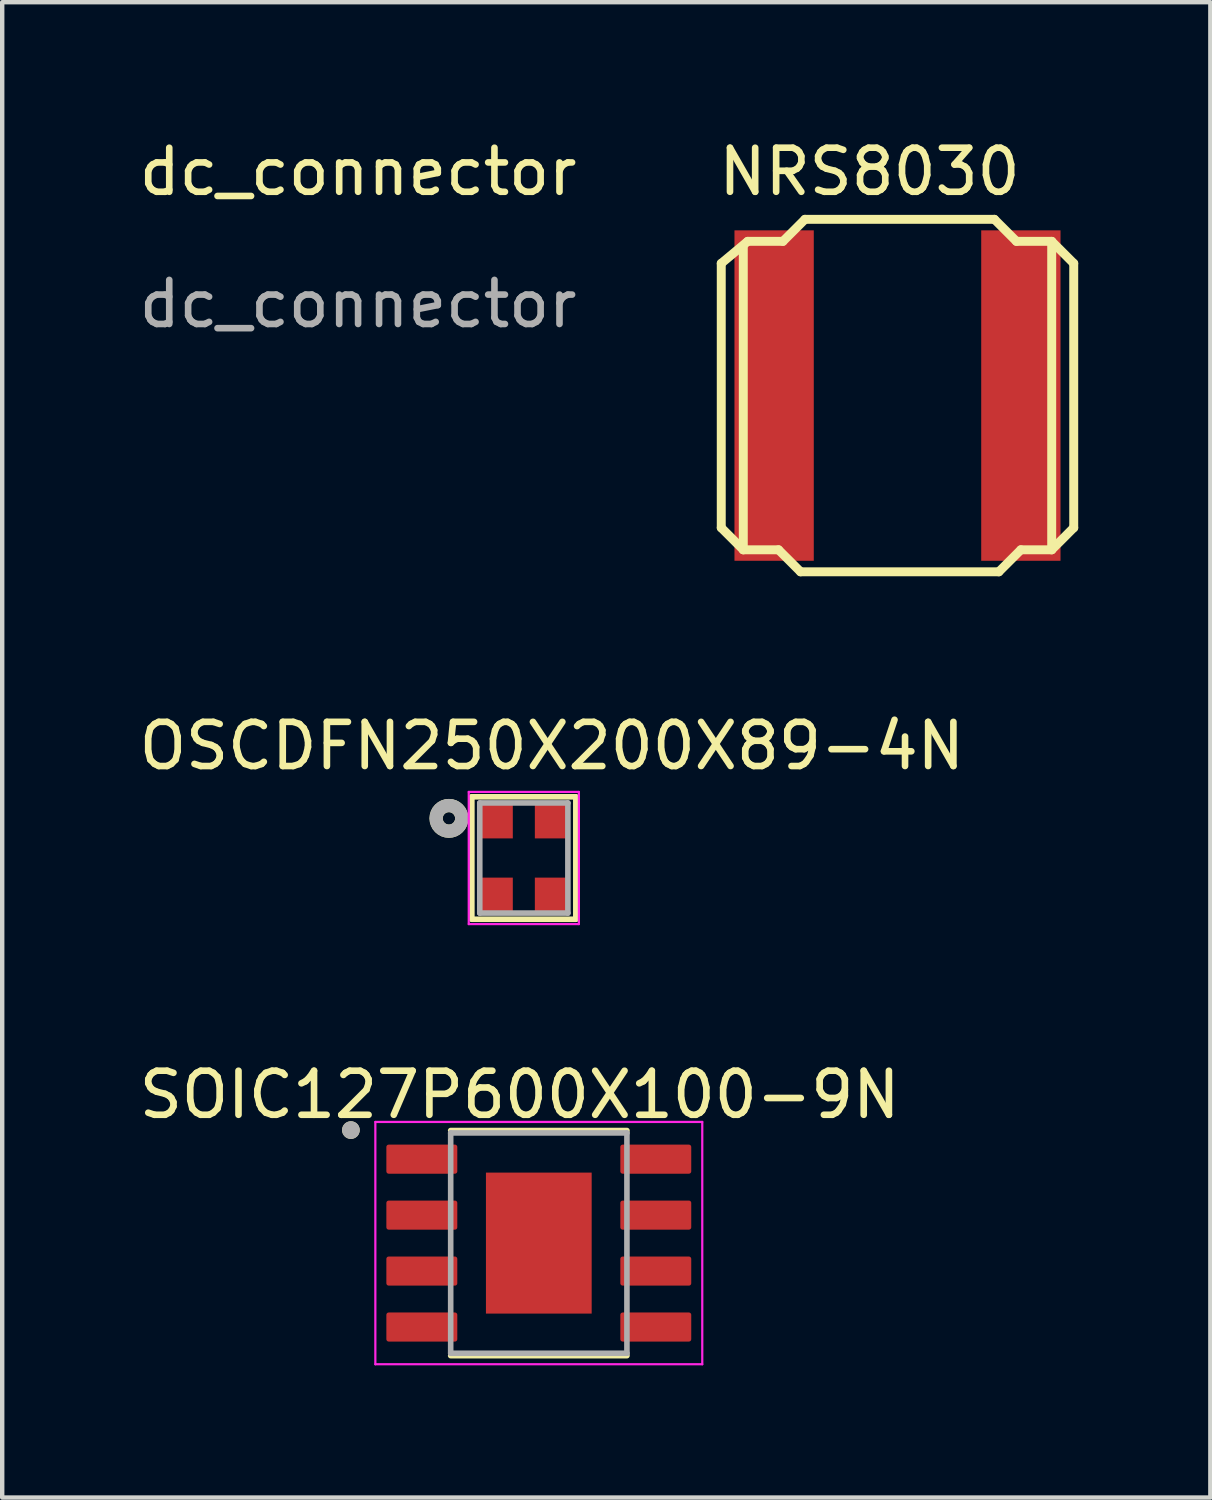
<source format=kicad_pcb>
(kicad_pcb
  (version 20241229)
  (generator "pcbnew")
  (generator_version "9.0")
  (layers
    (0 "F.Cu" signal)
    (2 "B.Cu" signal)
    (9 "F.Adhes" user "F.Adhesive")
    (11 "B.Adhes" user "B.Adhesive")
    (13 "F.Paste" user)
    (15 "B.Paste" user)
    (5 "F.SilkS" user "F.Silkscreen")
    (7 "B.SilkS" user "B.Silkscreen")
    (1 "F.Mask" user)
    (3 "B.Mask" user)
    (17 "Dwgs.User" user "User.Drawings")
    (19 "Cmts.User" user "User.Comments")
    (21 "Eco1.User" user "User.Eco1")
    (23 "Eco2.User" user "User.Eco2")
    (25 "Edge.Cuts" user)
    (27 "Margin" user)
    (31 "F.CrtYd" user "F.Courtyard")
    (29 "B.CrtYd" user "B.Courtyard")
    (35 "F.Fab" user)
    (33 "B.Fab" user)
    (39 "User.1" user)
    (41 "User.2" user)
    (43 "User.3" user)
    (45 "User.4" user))
  (footprint "OSCDFN250X200X89-4N"
    (layer "F.Cu")
    (at 8.839 16.424)
    (property "Reference" "OSCDFN250X200X89-4N" (at 0.636 -2.544 0) (layer "F.SilkS") (effects (font (size 1.002 1.002) (thickness 0.15))))
    (attr smd)
    (fp_line (start -1.18 -1.39) (end 1.18 -1.39) (stroke (width 0.127) (type solid)) (layer "F.SilkS"))
    (fp_line (start -1.18 1.39) (end -1.18 -1.39) (stroke (width 0.127) (type solid)) (layer "F.SilkS"))
    (fp_line (start 1.18 -1.39) (end 1.18 1.39) (stroke (width 0.127) (type solid)) (layer "F.SilkS"))
    (fp_line (start 1.18 1.39) (end -1.18 1.39) (stroke (width 0.127) (type solid)) (layer "F.SilkS"))
    (fp_circle (center -1.7 -0.9) (end -1.559 -0.9) (stroke (width 0.3) (type solid)) (fill no) (layer "F.SilkS"))
    (fp_line (start -1.25 -1.5) (end 1.25 -1.5) (stroke (width 0.05) (type solid)) (layer "F.CrtYd"))
    (fp_line (start -1.25 1.5) (end -1.25 -1.5) (stroke (width 0.05) (type solid)) (layer "F.CrtYd"))
    (fp_line (start 1.25 -1.5) (end 1.25 1.5) (stroke (width 0.05) (type solid)) (layer "F.CrtYd"))
    (fp_line (start 1.25 1.5) (end -1.25 1.5) (stroke (width 0.05) (type solid)) (layer "F.CrtYd"))
    (fp_line (start -1 -1.25) (end 1 -1.25) (stroke (width 0.127) (type solid)) (layer "F.Fab"))
    (fp_line (start -1 1.25) (end -1 -1.25) (stroke (width 0.127) (type solid)) (layer "F.Fab"))
    (fp_line (start 1 -1.25) (end 1 1.25) (stroke (width 0.127) (type solid)) (layer "F.Fab"))
    (fp_line (start 1 1.25) (end -1 1.25) (stroke (width 0.127) (type solid)) (layer "F.Fab"))
    (fp_circle (center -1.7 -0.9) (end -1.559 -0.9) (stroke (width 0.3) (type solid)) (fill no) (layer "F.Fab"))
    (pad "1" smd rect (at -0.625 -0.825 270) (size 0.76 0.75) (layers "F.Cu" "F.Mask" "F.Paste"))
    (pad "2" smd rect (at -0.625 0.825 270) (size 0.76 0.75) (layers "F.Cu" "F.Mask" "F.Paste"))
    (pad "3" smd rect (at 0.625 0.825 270) (size 0.76 0.75) (layers "F.Cu" "F.Mask" "F.Paste"))
    (pad "4" smd rect (at 0.625 -0.825 270) (size 0.76 0.75) (layers "F.Cu" "F.Mask" "F.Paste")))
  (footprint "dc_connector"
    (layer "F.Cu")
    (at 5.077 1.348)
    (property "Reference" "dc_connector" (at 0 -0.5 0) (unlocked yes) (layer "F.SilkS") (effects (font (size 1 1) (thickness 0.15))))
    (attr through_hole)
    (fp_text user "${REFERENCE}" (at 0 2.5 0) (unlocked yes) (layer "F.Fab") (effects (font (size 1 1) (thickness 0.15)))))
  (footprint "SOIC127P600X100-9N"
    (layer "F.Cu")
    (at 9.179 25.164)
    (property "Reference" "SOIC127P600X100-9N" (at -0.435 -3.367 0) (layer "F.SilkS") (effects (font (size 1 1) (thickness 0.15))))
    (attr through_hole)
    (fp_line (start -2 -2.555) (end 2 -2.555) (stroke (width 0.127) (type solid)) (layer "F.SilkS"))
    (fp_line (start -2 2.555) (end 2 2.555) (stroke (width 0.127) (type solid)) (layer "F.SilkS"))
    (fp_circle (center -4.265 -2.565) (end -4.165 -2.565) (stroke (width 0.2) (type solid)) (fill no) (layer "F.SilkS"))
    (fp_poly (pts (xy -0.935 -1.335) (xy -0.135 -1.335) (xy -0.135 -0.135) (xy -0.935 -0.135)) (stroke (width 0.01) (type solid)) (fill yes) (layer "F.Paste"))
    (fp_poly (pts (xy -0.935 0.135) (xy -0.135 0.135) (xy -0.135 1.335) (xy -0.935 1.335)) (stroke (width 0.01) (type solid)) (fill yes) (layer "F.Paste"))
    (fp_poly (pts (xy 0.135 -1.335) (xy 0.935 -1.335) (xy 0.935 -0.135) (xy 0.135 -0.135)) (stroke (width 0.01) (type solid)) (fill yes) (layer "F.Paste"))
    (fp_poly (pts (xy 0.135 0.135) (xy 0.935 0.135) (xy 0.935 1.335) (xy 0.135 1.335)) (stroke (width 0.01) (type solid)) (fill yes) (layer "F.Paste"))
    (fp_line (start -3.71 -2.75) (end -3.71 2.75) (stroke (width 0.05) (type solid)) (layer "F.CrtYd"))
    (fp_line (start -3.71 -2.75) (end 3.71 -2.75) (stroke (width 0.05) (type solid)) (layer "F.CrtYd"))
    (fp_line (start -3.71 2.75) (end 3.71 2.75) (stroke (width 0.05) (type solid)) (layer "F.CrtYd"))
    (fp_line (start 3.71 -2.75) (end 3.71 2.75) (stroke (width 0.05) (type solid)) (layer "F.CrtYd"))
    (fp_line (start -2 -2.5) (end -2 2.5) (stroke (width 0.127) (type solid)) (layer "F.Fab"))
    (fp_line (start -2 -2.5) (end 2 -2.5) (stroke (width 0.127) (type solid)) (layer "F.Fab"))
    (fp_line (start -2 2.5) (end 2 2.5) (stroke (width 0.127) (type solid)) (layer "F.Fab"))
    (fp_line (start 2 -2.5) (end 2 2.5) (stroke (width 0.127) (type solid)) (layer "F.Fab"))
    (fp_circle (center -4.265 -2.565) (end -4.165 -2.565) (stroke (width 0.2) (type solid)) (fill no) (layer "F.Fab"))
    (pad "1" smd roundrect (at -2.655 -1.905) (size 1.61 0.66) (layers "F.Cu" "F.Mask" "F.Paste") (roundrect_rratio 0.08))
    (pad "2" smd roundrect (at -2.655 -0.635) (size 1.61 0.66) (layers "F.Cu" "F.Mask" "F.Paste") (roundrect_rratio 0.08))
    (pad "3" smd roundrect (at -2.655 0.635) (size 1.61 0.66) (layers "F.Cu" "F.Mask" "F.Paste") (roundrect_rratio 0.08))
    (pad "4" smd roundrect (at -2.655 1.905) (size 1.61 0.66) (layers "F.Cu" "F.Mask" "F.Paste") (roundrect_rratio 0.08))
    (pad "5" smd roundrect (at 2.655 1.905) (size 1.61 0.66) (layers "F.Cu" "F.Mask" "F.Paste") (roundrect_rratio 0.08))
    (pad "6" smd roundrect (at 2.655 0.635) (size 1.61 0.66) (layers "F.Cu" "F.Mask" "F.Paste") (roundrect_rratio 0.08))
    (pad "7" smd roundrect (at 2.655 -0.635) (size 1.61 0.66) (layers "F.Cu" "F.Mask" "F.Paste") (roundrect_rratio 0.08))
    (pad "8" smd roundrect (at 2.655 -1.905) (size 1.61 0.66) (layers "F.Cu" "F.Mask" "F.Paste") (roundrect_rratio 0.08))
    (pad "9" smd rect (at 0 0) (size 2.4 3.2) (layers "F.Cu" "F.Mask")))
  (footprint "NRS8030"
    (layer "F.Cu")
    (at 17.32 5.928)
    (property "Reference" "NRS8030" (at -0.635 -5.08 0) (layer "F.SilkS") (effects (font (size 1 1) (thickness 0.15))))
    (attr smd)
    (fp_line (start -4 -3) (end -3.4 -3.5) (stroke (width 0.203) (type solid)) (layer "F.SilkS"))
    (fp_line (start -4 3) (end -4 -3) (stroke (width 0.203) (type solid)) (layer "F.SilkS"))
    (fp_line (start -3.5 -3.4) (end -3.4 -3.5) (stroke (width 0.127) (type solid)) (layer "F.SilkS"))
    (fp_line (start -3.5 3.5) (end -4 3) (stroke (width 0.203) (type solid)) (layer "F.SilkS"))
    (fp_line (start -3.5 3.5) (end -3.5 -3.4) (stroke (width 0.203) (type solid)) (layer "F.SilkS"))
    (fp_line (start -3.4 -3.5) (end -2.6 -3.5) (stroke (width 0.203) (type solid)) (layer "F.SilkS"))
    (fp_line (start -2.7 3.5) (end -3.5 3.5) (stroke (width 0.203) (type solid)) (layer "F.SilkS"))
    (fp_line (start -2.6 -3.5) (end -2.1 -4) (stroke (width 0.203) (type solid)) (layer "F.SilkS"))
    (fp_line (start -2.2 4) (end -2.7 3.5) (stroke (width 0.203) (type solid)) (layer "F.SilkS"))
    (fp_line (start -2.1 -4) (end 2.2 -4) (stroke (width 0.203) (type solid)) (layer "F.SilkS"))
    (fp_line (start 2.2 -4) (end 2.7 -3.5) (stroke (width 0.203) (type solid)) (layer "F.SilkS"))
    (fp_line (start 2.3 4) (end -2.2 4) (stroke (width 0.203) (type solid)) (layer "F.SilkS"))
    (fp_line (start 2.7 -3.5) (end 3.5 -3.5) (stroke (width 0.203) (type solid)) (layer "F.SilkS"))
    (fp_line (start 2.8 3.5) (end 2.3 4) (stroke (width 0.203) (type solid)) (layer "F.SilkS"))
    (fp_line (start 3.5 -3.5) (end 4 -3) (stroke (width 0.203) (type solid)) (layer "F.SilkS"))
    (fp_line (start 3.5 3.5) (end 2.8 3.5) (stroke (width 0.203) (type solid)) (layer "F.SilkS"))
    (fp_line (start 3.5 3.5) (end 3.5 -3.5) (stroke (width 0.203) (type solid)) (layer "F.SilkS"))
    (fp_line (start 4 -3) (end 4 3) (stroke (width 0.203) (type solid)) (layer "F.SilkS"))
    (fp_line (start 4 3) (end 3.5 3.5) (stroke (width 0.203) (type solid)) (layer "F.SilkS"))
    (pad "1" smd rect (at -2.8 0) (size 1.8 7.5) (layers "F.Cu" "F.Mask" "F.Paste"))
    (pad "2" smd rect (at 2.8 0) (size 1.8 7.5) (layers "F.Cu" "F.Mask" "F.Paste")))
  (gr_rect
    (start -3 -3)
    (end 24.421 30.939)
    (stroke (width 0.1) (type default))
    (fill no)
    (layer "Edge.Cuts")))
</source>
